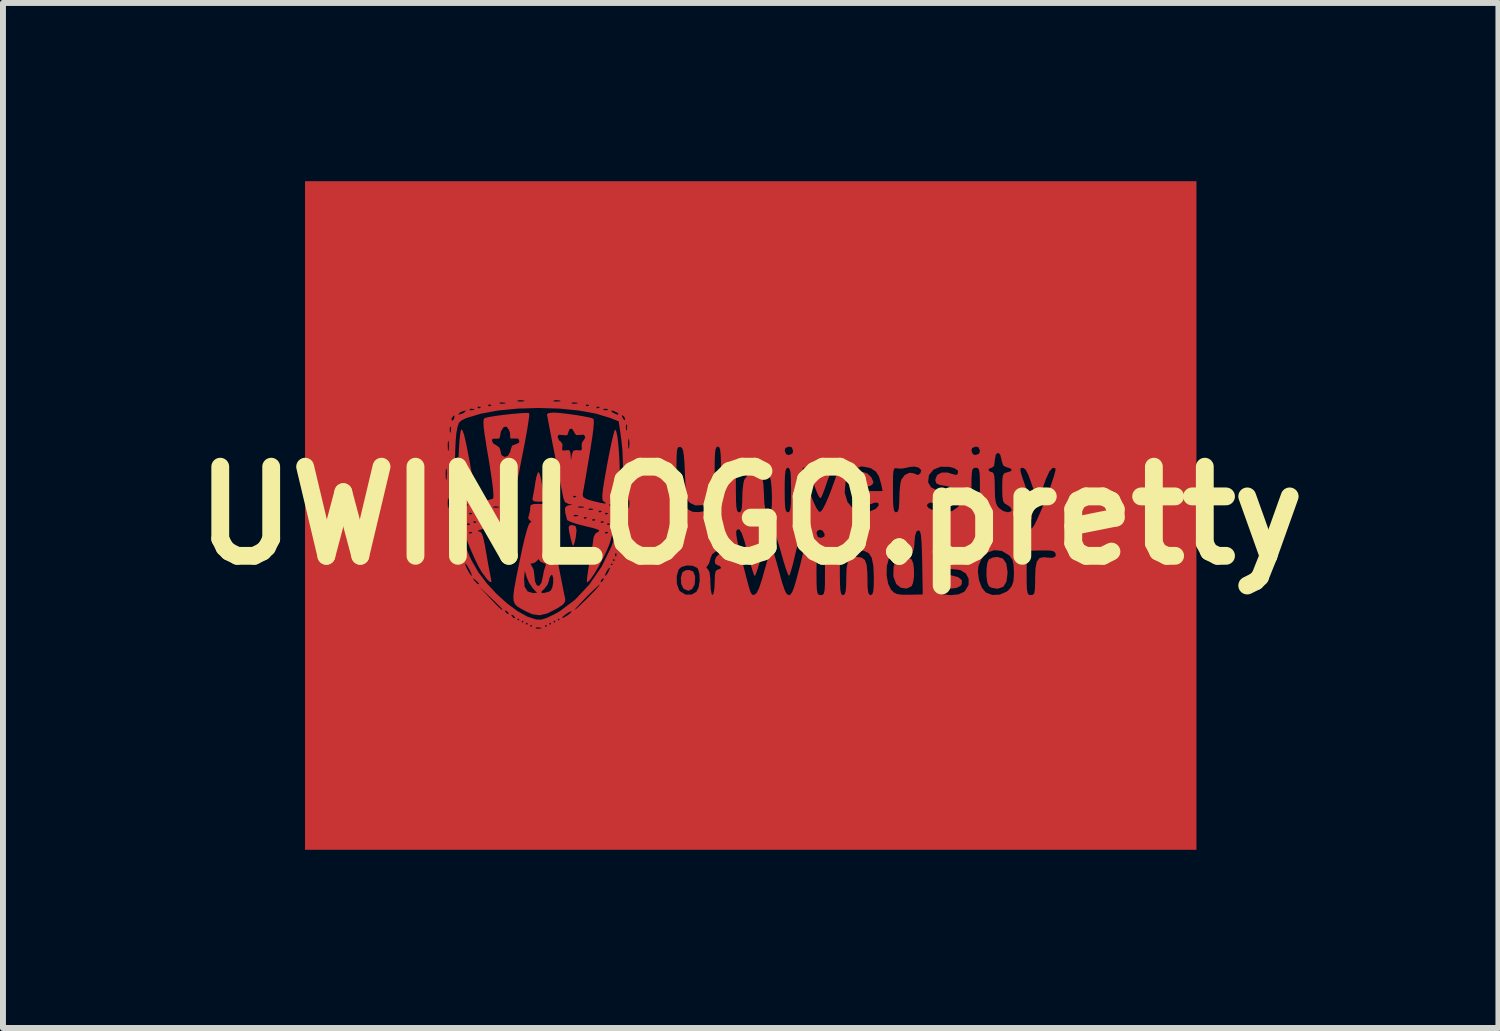
<source format=kicad_pcb>
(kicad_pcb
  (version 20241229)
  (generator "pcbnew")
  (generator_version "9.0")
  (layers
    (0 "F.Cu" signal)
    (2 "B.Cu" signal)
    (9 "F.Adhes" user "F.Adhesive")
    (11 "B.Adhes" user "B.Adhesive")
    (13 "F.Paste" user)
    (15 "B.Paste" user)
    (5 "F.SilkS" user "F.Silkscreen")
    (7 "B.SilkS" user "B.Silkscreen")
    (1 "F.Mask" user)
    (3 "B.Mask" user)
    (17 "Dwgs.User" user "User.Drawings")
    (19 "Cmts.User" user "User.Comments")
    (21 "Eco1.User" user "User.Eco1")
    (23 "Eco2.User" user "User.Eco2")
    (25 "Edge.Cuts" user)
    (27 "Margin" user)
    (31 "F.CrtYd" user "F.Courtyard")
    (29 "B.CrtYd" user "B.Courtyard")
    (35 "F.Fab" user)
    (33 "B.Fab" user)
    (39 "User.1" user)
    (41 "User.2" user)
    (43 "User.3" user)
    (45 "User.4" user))
  (footprint "UWINLOGO.pretty"
    (layer "F.Cu")
    (at 9.586 5.627)
    (property "Reference" "UWINLOGO.pretty" (at 0 0 0) (layer "F.SilkS") (effects (font (size 1.5 1.5) (thickness 0.3))))
    (attr board_only exclude_from_pos_files exclude_from_bom)
    (fp_poly (pts (xy -2.949 0.177) (xy -2.933 0.238) (xy -2.933 0.259) (xy -2.946 0.371) (xy -2.962 0.447) (xy -2.983 0.506) (xy -2.998 0.5) (xy -3.01 0.464) (xy -3.032 0.378) (xy -3.055 0.277) (xy -3.065 0.197) (xy -3.045 0.166) (xy -3.004 0.161)) (stroke (width 0) (type solid)) (fill yes) (layer "F.Cu"))
    (fp_poly (pts (xy -0.969 0.942) (xy -0.941 1.008) (xy -0.935 1.047) (xy -0.944 1.162) (xy -0.986 1.238) (xy -1.05 1.267) (xy -1.125 1.236) (xy -1.136 1.225) (xy -1.17 1.151) (xy -1.176 1.048) (xy -1.151 0.958) (xy -1.148 0.953) (xy -1.092 0.92) (xy -1.032 0.917)) (stroke (width 0) (type solid)) (fill yes) (layer "F.Cu"))
    (fp_poly (pts (xy 1.965 -0.706) (xy 2.03 -0.644) (xy 2.063 -0.571) (xy 2.06 -0.537) (xy 2.014 -0.498) (xy 1.91 -0.483) (xy 1.877 -0.482) (xy 1.775 -0.487) (xy 1.727 -0.507) (xy 1.715 -0.548) (xy 1.715 -0.551) (xy 1.745 -0.641) (xy 1.817 -0.711) (xy 1.89 -0.732)) (stroke (width 0) (type solid)) (fill yes) (layer "F.Cu"))
    (fp_poly (pts (xy 2.654 0.711) (xy 2.708 0.739) (xy 2.735 0.804) (xy 2.748 0.91) (xy 2.748 1.029) (xy 2.733 1.132) (xy 2.708 1.19) (xy 2.624 1.23) (xy 2.527 1.216) (xy 2.449 1.153) (xy 2.4 1.024) (xy 2.405 0.869) (xy 2.428 0.788) (xy 2.478 0.717) (xy 2.564 0.697)) (stroke (width 0) (type solid)) (fill yes) (layer "F.Cu"))
    (fp_poly (pts (xy -4.097 0.167) (xy -4.079 0.199) (xy -4.085 0.275) (xy -4.091 0.313) (xy -4.112 0.408) (xy -4.139 0.481) (xy -4.163 0.517) (xy -4.178 0.504) (xy -4.18 0.48) (xy -4.186 0.412) (xy -4.2 0.312) (xy -4.203 0.295) (xy -4.213 0.207) (xy -4.198 0.169) (xy -4.15 0.161) (xy -4.146 0.161)) (stroke (width 0) (type solid)) (fill yes) (layer "F.Cu"))
    (fp_poly (pts (xy 4.245 0.724) (xy 4.302 0.808) (xy 4.323 0.952) (xy 4.323 0.965) (xy 4.305 1.113) (xy 4.251 1.201) (xy 4.158 1.232) (xy 4.15 1.232) (xy 4.061 1.218) (xy 4.008 1.19) (xy 3.981 1.125) (xy 3.968 1.02) (xy 3.969 0.901) (xy 3.983 0.797) (xy 4.008 0.739) (xy 4.074 0.707) (xy 4.15 0.697)) (stroke (width 0) (type solid)) (fill yes) (layer "F.Cu"))
    (fp_poly (pts (xy -3.552 -0.7) (xy -3.53 -0.619) (xy -3.52 -0.563) (xy -3.501 -0.443) (xy -3.483 -0.34) (xy -3.477 -0.313) (xy -3.473 -0.257) (xy -3.509 -0.235) (xy -3.572 -0.232) (xy -3.65 -0.239) (xy -3.674 -0.267) (xy -3.668 -0.313) (xy -3.651 -0.397) (xy -3.632 -0.514) (xy -3.625 -0.563) (xy -3.605 -0.661) (xy -3.583 -0.723) (xy -3.572 -0.732)) (stroke (width 0) (type solid)) (fill yes) (layer "F.Cu"))
    (fp_poly (pts (xy -3.477 -0.191) (xy -3.437 -0.169) (xy -3.433 -0.134) (xy -3.425 -0.049) (xy -3.411 -0.002) (xy -3.402 0.063) (xy -3.425 0.082) (xy -3.447 0.105) (xy -3.416 0.138) (xy -3.387 0.19) (xy -3.35 0.308) (xy -3.308 0.483) (xy -3.26 0.71) (xy -3.253 0.75) (xy -3.214 0.949) (xy -3.179 1.127) (xy -3.15 1.271) (xy -3.13 1.368) (xy -3.123 1.397) (xy -3.123 1.45) (xy -3.162 1.5) (xy -3.255 1.562) (xy -3.264 1.567) (xy -3.423 1.648) (xy -3.553 1.679) (xy -3.674 1.662) (xy -3.769 1.621) (xy -3.86 1.573) (xy -3.926 1.533) (xy -3.97 1.489) (xy -3.992 1.43) (xy -3.995 1.346) (xy -3.98 1.226) (xy -3.95 1.065) (xy -3.815 1.065) (xy -3.806 1.198) (xy -3.754 1.279) (xy -3.669 1.304) (xy -3.596 1.304) (xy -3.615 1.282) (xy -3.523 1.282) (xy -3.523 1.301) (xy -3.479 1.304) (xy -3.398 1.283) (xy -3.365 1.261) (xy -3.339 1.209) (xy -3.325 1.132) (xy -3.324 1.057) (xy -3.337 1.006) (xy -3.358 1) (xy -3.388 1.051) (xy -3.394 1.09) (xy -3.419 1.163) (xy -3.472 1.231) (xy -3.523 1.282) (xy -3.615 1.282) (xy -3.669 1.224) (xy -3.734 1.127) (xy -3.772 1.036) (xy -3.802 0.929) (xy -3.815 1.065) (xy -3.95 1.065) (xy -3.949 1.058) (xy -3.903 0.832) (xy -3.9 0.814) (xy -3.709 0.814) (xy -3.687 0.847) (xy -3.654 0.913) (xy -3.644 0.987) (xy -3.631 1.109) (xy -3.6 1.176) (xy -3.56 1.184) (xy -3.522 1.129) (xy -3.5 1.033) (xy -3.481 0.931) (xy -3.458 0.858) (xy -3.453 0.848) (xy -3.452 0.81) (xy -3.478 0.804) (xy -3.538 0.777) (xy -3.552 0.759) (xy -3.575 0.733) (xy -3.593 0.759) (xy -3.643 0.799) (xy -3.672 0.804) (xy -3.709 0.814) (xy -3.9 0.814) (xy -3.897 0.802) (xy -3.849 0.573) (xy -3.805 0.382) (xy -3.766 0.238) (xy -3.735 0.151) (xy -3.72 0.128) (xy -3.691 0.099) (xy -3.718 0.083) (xy -3.746 0.044) (xy -3.734 -0.002) (xy -3.713 -0.09) (xy -3.712 -0.134) (xy -3.704 -0.175) (xy -3.654 -0.193) (xy -3.572 -0.196)) (stroke (width 0) (type solid)) (fill yes) (layer "F.Cu"))
    (fp_poly (pts (xy -3.732 -1.724) (xy -3.729 -1.722) (xy -3.728 -1.682) (xy -3.741 -1.583) (xy -3.764 -1.437) (xy -3.797 -1.254) (xy -3.837 -1.047) (xy -3.837 -1.047) (xy -3.879 -0.835) (xy -3.917 -0.644) (xy -3.948 -0.487) (xy -3.969 -0.375) (xy -3.979 -0.322) (xy -3.992 -0.251) (xy -3.997 -0.226) (xy -4.031 -0.201) (xy -4.082 -0.186) (xy -4.162 -0.17) (xy -4.082 -0.166) (xy -4.03 -0.153) (xy -4.016 -0.111) (xy -4.025 -0.045) (xy -4.044 0.04) (xy -4.061 0.088) (xy -4.062 0.089) (xy -4.102 0.106) (xy -4.193 0.135) (xy -4.32 0.171) (xy -4.37 0.184) (xy -4.491 0.219) (xy -4.571 0.246) (xy -4.597 0.262) (xy -4.588 0.265) (xy -4.553 0.273) (xy -4.526 0.304) (xy -4.503 0.37) (xy -4.478 0.483) (xy -4.451 0.634) (xy -4.424 0.794) (xy -4.398 0.931) (xy -4.379 1.029) (xy -4.371 1.063) (xy -4.365 1.119) (xy -4.391 1.118) (xy -4.444 1.065) (xy -4.519 0.963) (xy -4.534 0.941) (xy -4.584 0.854) (xy -4.642 0.735) (xy -4.702 0.6) (xy -4.758 0.464) (xy -4.804 0.342) (xy -4.824 0.28) (xy -4.739 0.28) (xy -4.735 0.301) (xy -4.716 0.304) (xy -4.686 0.291) (xy -4.692 0.28) (xy -4.734 0.276) (xy -4.739 0.28) (xy -4.824 0.28) (xy -4.833 0.249) (xy -4.84 0.2) (xy -4.836 0.196) (xy -4.838 0.17) (xy -4.853 0.137) (xy -4.775 0.137) (xy -4.77 0.158) (xy -4.751 0.161) (xy -4.722 0.148) (xy -4.728 0.137) (xy -4.77 0.133) (xy -4.775 0.137) (xy -4.853 0.137) (xy -4.857 0.127) (xy -4.864 0.101) (xy -4.668 0.101) (xy -4.663 0.122) (xy -4.644 0.125) (xy -4.615 0.112) (xy -4.62 0.101) (xy -4.663 0.097) (xy -4.668 0.101) (xy -4.864 0.101) (xy -4.874 0.065) (xy -4.525 0.065) (xy -4.52 0.087) (xy -4.501 0.089) (xy -4.472 0.076) (xy -4.477 0.065) (xy -4.52 0.061) (xy -4.525 0.065) (xy -4.874 0.065) (xy -4.874 0.064) (xy -4.841 0.03) (xy -4.382 0.03) (xy -4.377 0.051) (xy -4.358 0.054) (xy -4.329 0.041) (xy -4.335 0.03) (xy -4.377 0.025) (xy -4.382 0.03) (xy -4.841 0.03) (xy -4.832 0.021) (xy -4.792 -0.006) (xy -4.204 -0.006) (xy -4.199 0.015) (xy -4.18 0.018) (xy -4.15 0.005) (xy -4.156 -0.006) (xy -4.198 -0.01) (xy -4.204 -0.006) (xy -4.792 -0.006) (xy -4.789 -0.008) (xy -4.811 -0.016) (xy -4.836 -0.017) (xy -4.885 -0.036) (xy -4.885 -0.042) (xy -4.739 -0.042) (xy -4.735 -0.02) (xy -4.716 -0.018) (xy -4.686 -0.031) (xy -4.692 -0.042) (xy -4.734 -0.046) (xy -4.739 -0.042) (xy -4.885 -0.042) (xy -4.884 -0.062) (xy -4.629 -0.062) (xy -4.594 -0.056) (xy -4.547 -0.063) (xy -4.547 -0.075) (xy -4.594 -0.084) (xy -4.615 -0.078) (xy -4.629 -0.062) (xy -4.884 -0.062) (xy -4.884 -0.089) (xy -4.884 -0.098) (xy -4.486 -0.098) (xy -4.451 -0.092) (xy -4.404 -0.099) (xy -4.404 -0.111) (xy -4.452 -0.119) (xy -4.472 -0.114) (xy -4.486 -0.098) (xy -4.884 -0.098) (xy -4.884 -0.136) (xy -4.336 -0.136) (xy -4.287 -0.131) (xy -4.236 -0.136) (xy -4.242 -0.149) (xy -4.315 -0.153) (xy -4.332 -0.149) (xy -4.336 -0.136) (xy -4.884 -0.136) (xy -4.884 -0.146) (xy -4.902 -0.161) (xy -4.911 -0.185) (xy -4.811 -0.185) (xy -4.806 -0.163) (xy -4.787 -0.161) (xy -4.758 -0.174) (xy -4.763 -0.185) (xy -4.806 -0.189) (xy -4.811 -0.185) (xy -4.911 -0.185) (xy -4.914 -0.194) (xy -4.922 -0.285) (xy -4.926 -0.42) (xy -4.927 -0.585) (xy -4.924 -0.767) (xy -4.919 -0.951) (xy -4.911 -1.125) (xy -4.901 -1.274) (xy -4.888 -1.385) (xy -4.875 -1.444) (xy -4.872 -1.448) (xy -4.851 -1.433) (xy -4.823 -1.352) (xy -4.788 -1.202) (xy -4.746 -0.984) (xy -4.737 -0.939) (xy -4.702 -0.744) (xy -4.67 -0.569) (xy -4.643 -0.428) (xy -4.625 -0.336) (xy -4.62 -0.313) (xy -4.619 -0.25) (xy -4.664 -0.232) (xy -4.664 -0.232) (xy -4.708 -0.223) (xy -4.707 -0.212) (xy -4.664 -0.209) (xy -4.574 -0.223) (xy -4.459 -0.249) (xy -4.34 -0.283) (xy -4.338 -0.284) (xy -4.329 -0.324) (xy -4.33 -0.327) (xy -4.204 -0.327) (xy -4.199 -0.306) (xy -4.18 -0.304) (xy -4.15 -0.317) (xy -4.156 -0.327) (xy -4.198 -0.332) (xy -4.204 -0.327) (xy -4.33 -0.327) (xy -4.336 -0.432) (xy -4.358 -0.608) (xy -4.395 -0.849) (xy -4.413 -0.959) (xy -4.453 -1.195) (xy -4.462 -1.259) (xy -4.358 -1.259) (xy -4.328 -1.207) (xy -4.287 -1.186) (xy -4.228 -1.142) (xy -4.215 -1.099) (xy -4.194 -1.017) (xy -4.144 -0.985) (xy -4.088 -1.003) (xy -4.048 -1.071) (xy -4.043 -1.099) (xy -4.017 -1.176) (xy -3.963 -1.197) (xy -3.905 -1.222) (xy -3.894 -1.255) (xy -3.915 -1.296) (xy -3.98 -1.296) (xy -4.043 -1.295) (xy -4.049 -1.325) (xy -4.051 -1.389) (xy -4.072 -1.446) (xy -4.112 -1.498) (xy -4.155 -1.488) (xy -4.164 -1.48) (xy -4.206 -1.413) (xy -4.215 -1.356) (xy -4.229 -1.297) (xy -4.279 -1.292) (xy -4.287 -1.294) (xy -4.346 -1.291) (xy -4.358 -1.259) (xy -4.462 -1.259) (xy -4.48 -1.37) (xy -4.495 -1.493) (xy -4.499 -1.573) (xy -4.494 -1.619) (xy -4.479 -1.639) (xy -4.475 -1.642) (xy -4.408 -1.658) (xy -4.298 -1.676) (xy -4.162 -1.694) (xy -4.018 -1.71) (xy -3.887 -1.721) (xy -3.785 -1.727)) (stroke (width 0) (type solid)) (fill yes) (layer "F.Cu"))
    (fp_poly (pts (xy -3.228 -1.727) (xy -3.097 -1.713) (xy -2.954 -1.693) (xy -2.818 -1.67) (xy -2.71 -1.649) (xy -2.652 -1.631) (xy -2.651 -1.63) (xy -2.642 -1.607) (xy -2.641 -1.551) (xy -2.649 -1.456) (xy -2.667 -1.317) (xy -2.696 -1.128) (xy -2.737 -0.884) (xy -2.789 -0.578) (xy -2.829 -0.353) (xy -2.818 -0.31) (xy -2.757 -0.274) (xy -2.661 -0.245) (xy -2.521 -0.211) (xy -2.447 -0.2) (xy -2.44 -0.213) (xy -2.468 -0.232) (xy -2.488 -0.25) (xy -2.498 -0.284) (xy -2.498 -0.343) (xy -2.488 -0.439) (xy -2.466 -0.58) (xy -2.431 -0.778) (xy -2.417 -0.856) (xy -2.38 -1.051) (xy -2.345 -1.219) (xy -2.315 -1.348) (xy -2.293 -1.427) (xy -2.283 -1.447) (xy -2.262 -1.413) (xy -2.243 -1.322) (xy -2.228 -1.187) (xy -2.215 -1.023) (xy -2.207 -0.841) (xy -2.203 -0.658) (xy -2.203 -0.485) (xy -2.209 -0.338) (xy -2.22 -0.229) (xy -2.237 -0.173) (xy -2.243 -0.169) (xy -2.264 -0.13) (xy -2.261 -0.088) (xy -2.264 -0.029) (xy -2.291 -0.017) (xy -2.322 -0.011) (xy -2.292 0.014) (xy -2.262 0.056) (xy -2.281 0.116) (xy -2.304 0.18) (xy -2.299 0.207) (xy -2.297 0.25) (xy -2.309 0.274) (xy -2.341 0.353) (xy -2.347 0.379) (xy -2.373 0.469) (xy -2.423 0.59) (xy -2.489 0.727) (xy -2.563 0.864) (xy -2.636 0.986) (xy -2.7 1.078) (xy -2.747 1.123) (xy -2.755 1.125) (xy -2.758 1.093) (xy -2.749 1.005) (xy -2.73 0.877) (xy -2.712 0.777) (xy -2.684 0.621) (xy -2.661 0.487) (xy -2.648 0.394) (xy -2.645 0.365) (xy -2.614 0.303) (xy -2.578 0.28) (xy -2.453 0.28) (xy -2.448 0.301) (xy -2.429 0.304) (xy -2.4 0.291) (xy -2.405 0.28) (xy -2.448 0.276) (xy -2.453 0.28) (xy -2.578 0.28) (xy -2.568 0.274) (xy -2.546 0.256) (xy -2.575 0.236) (xy -2.66 0.209) (xy -2.786 0.179) (xy -2.922 0.144) (xy -2.943 0.137) (xy -2.417 0.137) (xy -2.412 0.158) (xy -2.394 0.161) (xy -2.364 0.148) (xy -2.37 0.137) (xy -2.412 0.133) (xy -2.417 0.137) (xy -2.943 0.137) (xy -3.027 0.109) (xy -3.043 0.101) (xy -2.525 0.101) (xy -2.52 0.122) (xy -2.501 0.125) (xy -2.471 0.112) (xy -2.477 0.101) (xy -2.519 0.097) (xy -2.525 0.101) (xy -3.043 0.101) (xy -3.085 0.081) (xy -3.091 0.074) (xy -3.093 0.065) (xy -2.667 0.065) (xy -2.663 0.087) (xy -2.644 0.089) (xy -2.614 0.076) (xy -2.62 0.065) (xy -2.662 0.061) (xy -2.667 0.065) (xy -3.093 0.065) (xy -3.102 0.03) (xy -2.81 0.03) (xy -2.805 0.051) (xy -2.786 0.054) (xy -2.757 0.041) (xy -2.763 0.03) (xy -2.805 0.025) (xy -2.81 0.03) (xy -3.102 0.03) (xy -3.107 0.009) (xy -2.985 0.009) (xy -2.95 0.015) (xy -2.904 0.008) (xy -2.903 -0.004) (xy -2.951 -0.012) (xy -2.972 -0.007) (xy -2.985 0.009) (xy -3.107 0.009) (xy -3.121 -0.042) (xy -2.453 -0.042) (xy -2.448 -0.02) (xy -2.429 -0.018) (xy -2.4 -0.031) (xy -2.405 -0.042) (xy -2.448 -0.046) (xy -2.453 -0.042) (xy -3.121 -0.042) (xy -3.123 -0.05) (xy -3.124 -0.077) (xy -2.56 -0.077) (xy -2.555 -0.056) (xy -2.536 -0.054) (xy -2.507 -0.067) (xy -2.513 -0.077) (xy -2.555 -0.082) (xy -2.56 -0.077) (xy -3.124 -0.077) (xy -3.125 -0.098) (xy -2.735 -0.098) (xy -2.7 -0.092) (xy -2.654 -0.099) (xy -2.653 -0.111) (xy -2.701 -0.119) (xy -2.722 -0.114) (xy -2.735 -0.098) (xy -3.125 -0.098) (xy -3.127 -0.123) (xy -3.117 -0.136) (xy -2.907 -0.136) (xy -2.858 -0.131) (xy -2.807 -0.136) (xy -2.813 -0.149) (xy -2.886 -0.153) (xy -2.903 -0.149) (xy -2.907 -0.136) (xy -3.117 -0.136) (xy -3.101 -0.159) (xy -3.063 -0.171) (xy -3.008 -0.183) (xy -3.011 -0.185) (xy -2.382 -0.185) (xy -2.377 -0.163) (xy -2.358 -0.161) (xy -2.328 -0.174) (xy -2.334 -0.185) (xy -2.376 -0.189) (xy -2.382 -0.185) (xy -3.011 -0.185) (xy -3.021 -0.189) (xy -3.059 -0.192) (xy -3.126 -0.223) (xy -3.154 -0.295) (xy -3.16 -0.327) (xy -2.989 -0.327) (xy -2.984 -0.306) (xy -2.965 -0.304) (xy -2.936 -0.317) (xy -2.941 -0.327) (xy -2.984 -0.332) (xy -2.989 -0.327) (xy -3.16 -0.327) (xy -3.167 -0.361) (xy -3.191 -0.483) (xy -3.224 -0.65) (xy -3.263 -0.846) (xy -3.301 -1.036) (xy -3.342 -1.242) (xy -3.357 -1.321) (xy -3.251 -1.321) (xy -3.223 -1.261) (xy -3.201 -1.247) (xy -3.168 -1.2) (xy -3.171 -1.153) (xy -3.175 -1.099) (xy -3.134 -1.094) (xy -3.114 -1.098) (xy -3.056 -1.101) (xy -3.034 -1.056) (xy -3.031 -1.024) (xy -3.026 -0.929) (xy -3.011 -1.022) (xy -2.989 -1.089) (xy -2.936 -1.102) (xy -2.912 -1.098) (xy -2.851 -1.096) (xy -2.841 -1.132) (xy -2.846 -1.153) (xy -2.844 -1.221) (xy -2.825 -1.248) (xy -2.79 -1.302) (xy -2.786 -1.325) (xy -2.809 -1.36) (xy -2.871 -1.356) (xy -2.94 -1.354) (xy -2.974 -1.404) (xy -2.976 -1.412) (xy -3.009 -1.462) (xy -3.049 -1.455) (xy -3.072 -1.398) (xy -3.072 -1.387) (xy -3.091 -1.35) (xy -3.156 -1.353) (xy -3.162 -1.354) (xy -3.23 -1.36) (xy -3.251 -1.325) (xy -3.251 -1.321) (xy -3.357 -1.321) (xy -3.377 -1.423) (xy -3.405 -1.569) (xy -3.423 -1.667) (xy -3.43 -1.706) (xy -3.398 -1.725) (xy -3.324 -1.733) (xy -3.324 -1.733)) (stroke (width 0) (type solid)) (fill yes) (layer "F.Cu"))
    (fp_poly (pts (xy 7.502 0) (xy 7.502 5.627) (xy -0.000001 5.627) (xy -7.502 5.627) (xy -7.502 1.901) (xy -3.622 1.901) (xy -3.572 1.906) (xy -3.522 1.9) (xy -3.528 1.888) (xy -3.601 1.883) (xy -3.617 1.888) (xy -3.622 1.901) (xy -7.502 1.901) (xy -7.502 1.858) (xy -3.715 1.858) (xy -3.697 1.876) (xy -3.68 1.858) (xy -3.465 1.858) (xy -3.447 1.876) (xy -3.43 1.858) (xy -3.447 1.84) (xy -3.465 1.858) (xy -3.68 1.858) (xy -3.697 1.84) (xy -3.715 1.858) (xy -7.502 1.858) (xy -7.502 1.822) (xy -3.787 1.822) (xy -3.769 1.84) (xy -3.751 1.822) (xy -3.394 1.822) (xy -3.376 1.84) (xy -3.358 1.822) (xy -3.376 1.804) (xy -3.394 1.822) (xy -3.751 1.822) (xy -3.769 1.804) (xy -3.787 1.822) (xy -7.502 1.822) (xy -7.502 1.786) (xy -3.858 1.786) (xy -3.84 1.804) (xy -3.823 1.786) (xy -3.322 1.786) (xy -3.305 1.804) (xy -3.287 1.786) (xy -3.305 1.768) (xy -3.322 1.786) (xy -3.823 1.786) (xy -3.84 1.768) (xy -3.858 1.786) (xy -7.502 1.786) (xy -7.502 1.75) (xy -3.93 1.75) (xy -3.912 1.768) (xy -3.894 1.75) (xy -3.912 1.733) (xy -3.93 1.75) (xy -7.502 1.75) (xy -7.502 1.671) (xy -4.031 1.671) (xy -4.022 1.691) (xy -3.986 1.73) (xy -3.966 1.722) (xy -3.965 1.717) (xy -3.991 1.687) (xy -4.007 1.676) (xy -4.031 1.671) (xy -7.502 1.671) (xy -7.502 1.6) (xy -4.138 1.6) (xy -4.13 1.62) (xy -4.094 1.658) (xy -4.073 1.65) (xy -4.073 1.645) (xy -4.098 1.615) (xy -4.114 1.604) (xy -4.138 1.6) (xy -7.502 1.6) (xy -7.502 1.179) (xy -4.591 1.179) (xy -4.395 1.384) (xy -4.291 1.493) (xy -4.226 1.558) (xy -4.192 1.585) (xy -4.18 1.584) (xy -4.18 1.58) (xy -4.204 1.552) (xy -4.267 1.488) (xy -4.358 1.4) (xy -4.385 1.374) (xy -4.591 1.179) (xy -7.502 1.179) (xy -7.502 1.054) (xy -4.678 1.054) (xy -4.669 1.073) (xy -4.649 1.099) (xy -4.597 1.154) (xy -4.573 1.154) (xy -4.573 1.148) (xy -4.597 1.118) (xy -4.635 1.085) (xy -4.678 1.054) (xy -7.502 1.054) (xy -7.502 0.804) (xy -4.807 0.804) (xy -4.804 0.831) (xy -4.775 0.899) (xy -4.769 0.911) (xy -4.727 0.983) (xy -4.698 1.018) (xy -4.696 1.018) (xy -4.698 0.991) (xy -4.727 0.923) (xy -4.733 0.911) (xy -4.776 0.839) (xy -4.805 0.804) (xy -4.807 0.804) (xy -7.502 0.804) (xy -7.502 0.732) (xy -4.859 0.732) (xy -4.845 0.762) (xy -4.835 0.756) (xy -4.83 0.714) (xy -4.835 0.709) (xy -4.856 0.713) (xy -4.859 0.732) (xy -7.502 0.732) (xy -7.502 0.643) (xy -4.894 0.643) (xy -4.876 0.661) (xy -4.859 0.643) (xy -4.876 0.625) (xy -4.894 0.643) (xy -7.502 0.643) (xy -7.502 0.572) (xy -4.93 0.572) (xy -4.912 0.589) (xy -4.894 0.572) (xy -4.912 0.554) (xy -4.93 0.572) (xy -7.502 0.572) (xy -7.502 0.464) (xy -4.966 0.464) (xy -4.948 0.482) (xy -4.93 0.464) (xy -4.948 0.447) (xy -4.966 0.464) (xy -7.502 0.464) (xy -7.502 0.339) (xy -5.001 0.339) (xy -4.988 0.369) (xy -4.978 0.363) (xy -4.973 0.321) (xy -4.978 0.316) (xy -4.999 0.32) (xy -5.001 0.339) (xy -7.502 0.339) (xy -7.502 0.211) (xy -5.034 0.211) (xy -5.028 0.258) (xy -5.016 0.258) (xy -5.007 0.21) (xy -5.013 0.19) (xy -5.029 0.176) (xy -5.034 0.211) (xy -7.502 0.211) (xy -7.502 0.054) (xy -5.067 0.054) (xy -5.062 0.104) (xy -5.049 0.098) (xy -5.044 0.025) (xy -5.049 0.009) (xy -5.062 0.004) (xy -5.067 0.054) (xy -7.502 0.054) (xy -7.502 0) (xy -7.502 -0.214) (xy -5.1 -0.214) (xy -5.097 -0.141) (xy -5.089 -0.122) (xy -5.084 -0.134) (xy -5.077 -0.219) (xy -5.083 -0.276) (xy -5.093 -0.296) (xy -5.099 -0.253) (xy -5.1 -0.214) (xy -7.502 -0.214) (xy -7.502 -0.697) (xy -5.135 -0.697) (xy -5.132 -0.619) (xy -5.125 -0.598) (xy -5.119 -0.616) (xy -5.114 -0.706) (xy -4.98 -0.706) (xy -4.98 -0.625) (xy -4.97 -0.297) (xy -4.944 -0.021) (xy -4.898 0.223) (xy -4.827 0.455) (xy -4.729 0.692) (xy -4.692 0.768) (xy -4.582 0.958) (xy -4.439 1.145) (xy -4.275 1.322) (xy -4.1 1.48) (xy -3.924 1.61) (xy -3.757 1.703) (xy -3.61 1.751) (xy -3.519 1.752) (xy -3.516 1.75) (xy -3.251 1.75) (xy -3.233 1.768) (xy -3.215 1.75) (xy -3.233 1.733) (xy -3.251 1.75) (xy -3.516 1.75) (xy -3.43 1.722) (xy -3.427 1.72) (xy -3.179 1.72) (xy -3.156 1.721) (xy -3.103 1.693) (xy -3.047 1.653) (xy -3.016 1.622) (xy -3.024 1.611) (xy -3.076 1.637) (xy -3.086 1.644) (xy -3.151 1.691) (xy -3.179 1.72) (xy -3.179 1.72) (xy -3.427 1.72) (xy -3.312 1.666) (xy -3.221 1.616) (xy -3.186 1.59) (xy -2.963 1.59) (xy -2.931 1.566) (xy -2.863 1.503) (xy -2.77 1.412) (xy -2.733 1.375) (xy -2.639 1.279) (xy -2.571 1.205) (xy -2.539 1.165) (xy -2.539 1.161) (xy -2.57 1.185) (xy -2.639 1.248) (xy -2.732 1.338) (xy -2.769 1.375) (xy -2.862 1.472) (xy -2.931 1.546) (xy -2.963 1.586) (xy -2.963 1.59) (xy -3.186 1.59) (xy -2.956 1.417) (xy -2.716 1.161) (xy -2.69 1.123) (xy -2.528 1.123) (xy -2.523 1.125) (xy -2.49 1.1) (xy -2.483 1.09) (xy -2.474 1.056) (xy -2.479 1.054) (xy -2.511 1.079) (xy -2.519 1.09) (xy -2.528 1.123) (xy -2.69 1.123) (xy -2.621 1.022) (xy -1.246 1.022) (xy -1.243 1.149) (xy -1.206 1.254) (xy -1.191 1.274) (xy -1.098 1.331) (xy -0.992 1.33) (xy -0.914 1.284) (xy -0.877 1.209) (xy -0.859 1.099) (xy -0.863 0.986) (xy -0.888 0.899) (xy -0.9 0.882) (xy -0.907 0.879) (xy -0.75 0.879) (xy -0.723 0.901) (xy -0.695 0.948) (xy -0.68 1.059) (xy -0.679 1.128) (xy -0.673 1.241) (xy -0.659 1.318) (xy -0.643 1.34) (xy -0.624 1.307) (xy -0.611 1.222) (xy -0.607 1.125) (xy -0.603 1.001) (xy -0.589 0.934) (xy -0.56 0.911) (xy -0.554 0.911) (xy -0.506 0.892) (xy -0.5 0.875) (xy -0.529 0.844) (xy -0.554 0.84) (xy -0.597 0.813) (xy -0.605 0.755) (xy -0.579 0.693) (xy -0.549 0.668) (xy -0.514 0.633) (xy -0.533 0.609) (xy -0.592 0.607) (xy -0.649 0.652) (xy -0.678 0.721) (xy -0.679 0.73) (xy -0.702 0.807) (xy -0.723 0.837) (xy -0.75 0.879) (xy -0.907 0.879) (xy -0.978 0.845) (xy -1.078 0.841) (xy -1.169 0.868) (xy -1.213 0.909) (xy -1.246 1.022) (xy -2.621 1.022) (xy -2.607 1.002) (xy -2.452 1.002) (xy -2.45 1.018) (xy -2.421 0.991) (xy -2.394 0.947) (xy -2.371 0.891) (xy -2.373 0.875) (xy -2.402 0.903) (xy -2.429 0.947) (xy -2.452 1.002) (xy -2.607 1.002) (xy -2.509 0.858) (xy -2.491 0.822) (xy -2.358 0.822) (xy -2.34 0.84) (xy -2.322 0.822) (xy -2.34 0.804) (xy -2.358 0.822) (xy -2.491 0.822) (xy -2.456 0.75) (xy -2.322 0.75) (xy -2.304 0.768) (xy -2.286 0.75) (xy -2.304 0.732) (xy -2.322 0.75) (xy -2.456 0.75) (xy -2.413 0.661) (xy -2.286 0.661) (xy -2.273 0.69) (xy -2.263 0.685) (xy -2.258 0.642) (xy -2.263 0.637) (xy -2.284 0.642) (xy -2.286 0.661) (xy -2.413 0.661) (xy -2.369 0.572) (xy -2.251 0.572) (xy -2.233 0.589) (xy -2.215 0.572) (xy -2.233 0.554) (xy -2.251 0.572) (xy -2.369 0.572) (xy -2.344 0.521) (xy -2.331 0.482) (xy -2.215 0.482) (xy -2.202 0.512) (xy -2.191 0.506) (xy -2.187 0.464) (xy -2.191 0.458) (xy -2.212 0.463) (xy -2.215 0.482) (xy -2.331 0.482) (xy -2.288 0.354) (xy -2.176 0.354) (xy -2.17 0.401) (xy -2.158 0.401) (xy -2.149 0.353) (xy -2.155 0.333) (xy -2.171 0.319) (xy -2.176 0.354) (xy -2.288 0.354) (xy -2.26 0.268) (xy -0.244 0.268) (xy -0.243 0.328) (xy -0.225 0.431) (xy -0.189 0.585) (xy -0.159 0.708) (xy -0.102 0.932) (xy -0.06 1.096) (xy -0.029 1.209) (xy -0.006 1.281) (xy 0.013 1.319) (xy 0.03 1.335) (xy 0.05 1.335) (xy 0.064 1.333) (xy 0.099 1.304) (xy 0.139 1.225) (xy 0.185 1.089) (xy 0.228 0.937) (xy 0.272 0.784) (xy 0.311 0.659) (xy 0.34 0.578) (xy 0.355 0.554) (xy 0.372 0.586) (xy 0.402 0.674) (xy 0.44 0.804) (xy 0.479 0.947) (xy 0.527 1.124) (xy 0.566 1.241) (xy 0.598 1.309) (xy 0.63 1.337) (xy 0.644 1.34) (xy 0.671 1.328) (xy 0.699 1.286) (xy 0.731 1.204) (xy 0.769 1.075) (xy 0.798 0.965) (xy 1.107 0.965) (xy 1.108 1.132) (xy 1.113 1.24) (xy 1.123 1.303) (xy 1.141 1.332) (xy 1.17 1.339) (xy 1.179 1.34) (xy 1.211 1.335) (xy 1.231 1.312) (xy 1.243 1.259) (xy 1.249 1.163) (xy 1.25 1.012) (xy 1.25 0.965) (xy 1.249 0.797) (xy 1.245 0.689) (xy 1.235 0.626) (xy 1.217 0.598) (xy 1.198 0.592) (xy 1.5 0.592) (xy 1.5 0.966) (xy 1.502 1.137) (xy 1.508 1.248) (xy 1.52 1.311) (xy 1.54 1.337) (xy 1.554 1.34) (xy 1.582 1.326) (xy 1.598 1.276) (xy 1.606 1.178) (xy 1.608 1.061) (xy 1.613 0.893) (xy 1.633 0.785) (xy 1.673 0.724) (xy 1.739 0.699) (xy 1.786 0.697) (xy 1.868 0.708) (xy 1.921 0.748) (xy 1.951 0.83) (xy 1.963 0.965) (xy 1.965 1.061) (xy 1.967 1.206) (xy 1.977 1.292) (xy 1.996 1.332) (xy 2.018 1.34) (xy 2.045 1.327) (xy 2.062 1.279) (xy 2.07 1.185) (xy 2.072 1.04) (xy 2.071 1.005) (xy 2.287 1.005) (xy 2.313 1.149) (xy 2.359 1.244) (xy 2.407 1.295) (xy 2.462 1.322) (xy 2.546 1.333) (xy 2.664 1.333) (xy 2.895 1.329) (xy 2.894 1.243) (xy 3.082 1.243) (xy 3.124 1.289) (xy 3.214 1.323) (xy 3.34 1.339) (xy 3.365 1.34) (xy 3.501 1.327) (xy 3.591 1.284) (xy 3.608 1.268) (xy 3.667 1.169) (xy 3.668 1.064) (xy 3.62 0.974) (xy 3.568 0.943) (xy 3.823 0.943) (xy 3.842 1.087) (xy 3.891 1.215) (xy 3.956 1.295) (xy 4.065 1.337) (xy 4.193 1.331) (xy 4.311 1.279) (xy 4.342 1.252) (xy 4.394 1.187) (xy 4.421 1.11) (xy 4.43 0.994) (xy 4.43 0.955) (xy 4.424 0.824) (xy 4.404 0.741) (xy 4.36 0.681) (xy 4.349 0.67) (xy 4.226 0.595) (xy 4.211 0.594) (xy 4.644 0.594) (xy 4.644 0.967) (xy 4.645 1.134) (xy 4.649 1.242) (xy 4.66 1.303) (xy 4.678 1.332) (xy 4.707 1.34) (xy 4.716 1.34) (xy 4.751 1.334) (xy 4.773 1.306) (xy 4.783 1.242) (xy 4.787 1.127) (xy 4.787 1.058) (xy 4.793 0.886) (xy 4.816 0.775) (xy 4.861 0.716) (xy 4.934 0.701) (xy 5 0.709) (xy 5.087 0.711) (xy 5.135 0.682) (xy 5.13 0.635) (xy 5.118 0.62) (xy 5.096 0.602) (xy 5.062 0.592) (xy 5.002 0.588) (xy 4.897 0.588) (xy 4.796 0.59) (xy 4.644 0.594) (xy 4.211 0.594) (xy 4.099 0.583) (xy 3.982 0.625) (xy 3.889 0.716) (xy 3.833 0.848) (xy 3.823 0.943) (xy 3.568 0.943) (xy 3.529 0.919) (xy 3.469 0.91) (xy 3.325 0.896) (xy 3.239 0.854) (xy 3.215 0.801) (xy 3.246 0.726) (xy 3.323 0.683) (xy 3.427 0.681) (xy 3.466 0.691) (xy 3.551 0.709) (xy 3.604 0.683) (xy 3.609 0.678) (xy 3.627 0.637) (xy 3.584 0.614) (xy 3.567 0.61) (xy 3.371 0.584) (xy 3.229 0.605) (xy 3.142 0.672) (xy 3.108 0.785) (xy 3.108 0.802) (xy 3.125 0.894) (xy 3.182 0.955) (xy 3.293 0.992) (xy 3.369 1.005) (xy 3.492 1.037) (xy 3.555 1.089) (xy 3.552 1.155) (xy 3.533 1.183) (xy 3.467 1.218) (xy 3.366 1.231) (xy 3.262 1.223) (xy 3.189 1.192) (xy 3.187 1.19) (xy 3.138 1.166) (xy 3.099 1.192) (xy 3.082 1.243) (xy 2.894 1.243) (xy 2.886 0.79) (xy 2.881 0.578) (xy 2.874 0.429) (xy 2.865 0.331) (xy 2.852 0.276) (xy 2.834 0.253) (xy 2.822 0.25) (xy 2.787 0.272) (xy 2.766 0.346) (xy 2.758 0.434) (xy 2.75 0.541) (xy 2.735 0.592) (xy 2.702 0.603) (xy 2.651 0.592) (xy 2.519 0.584) (xy 2.403 0.63) (xy 2.327 0.718) (xy 2.291 0.852) (xy 2.287 1.005) (xy 2.071 1.005) (xy 2.064 0.846) (xy 2.037 0.713) (xy 1.986 0.633) (xy 1.906 0.595) (xy 1.822 0.589) (xy 1.703 0.592) (xy 1.599 0.593) (xy 1.5 0.592) (xy 1.198 0.592) (xy 1.188 0.59) (xy 1.179 0.589) (xy 1.147 0.594) (xy 1.126 0.617) (xy 1.114 0.67) (xy 1.109 0.766) (xy 1.107 0.918) (xy 1.107 0.965) (xy 0.798 0.965) (xy 0.818 0.888) (xy 0.84 0.802) (xy 0.885 0.616) (xy 0.92 0.456) (xy 0.944 0.332) (xy 0.949 0.301) (xy 1.107 0.301) (xy 1.131 0.362) (xy 1.182 0.375) (xy 1.238 0.356) (xy 1.244 0.313) (xy 1.21 0.255) (xy 1.159 0.238) (xy 1.117 0.263) (xy 1.107 0.301) (xy 0.949 0.301) (xy 0.954 0.259) (xy 0.953 0.244) (xy 0.909 0.23) (xy 0.866 0.277) (xy 0.82 0.389) (xy 0.77 0.567) (xy 0.753 0.639) (xy 0.717 0.792) (xy 0.683 0.916) (xy 0.657 0.996) (xy 0.644 1.018) (xy 0.625 0.986) (xy 0.593 0.899) (xy 0.553 0.771) (xy 0.519 0.652) (xy 0.475 0.498) (xy 0.433 0.368) (xy 0.401 0.28) (xy 0.385 0.25) (xy 0.349 0.237) (xy 0.309 0.278) (xy 0.265 0.379) (xy 0.215 0.543) (xy 0.18 0.674) (xy 0.141 0.819) (xy 0.105 0.934) (xy 0.079 1.004) (xy 0.068 1.018) (xy 0.05 0.986) (xy 0.021 0.897) (xy -0.017 0.767) (xy -0.054 0.625) (xy -0.107 0.426) (xy -0.152 0.297) (xy -0.189 0.237) (xy -0.201 0.232) (xy -0.23 0.239) (xy -0.244 0.268) (xy -2.26 0.268) (xy -2.247 0.231) (xy -2.243 0.211) (xy -2.141 0.211) (xy -2.134 0.258) (xy -2.122 0.258) (xy -2.113 0.21) (xy -2.119 0.19) (xy -2.135 0.176) (xy -2.141 0.211) (xy -2.243 0.211) (xy -2.211 0.054) (xy -2.102 0.054) (xy -2.096 0.104) (xy -2.084 0.098) (xy -2.079 0.025) (xy -2.084 0.009) (xy -2.097 0.004) (xy -2.102 0.054) (xy -2.211 0.054) (xy -2.204 0.017) (xy -2.178 -0.196) (xy -2.064 -0.196) (xy -2.06 -0.131) (xy -2.051 -0.124) (xy -2.047 -0.134) (xy -2.042 -0.225) (xy -2.047 -0.259) (xy -2.058 -0.27) (xy -2.063 -0.221) (xy -2.064 -0.196) (xy -2.178 -0.196) (xy -2.172 -0.245) (xy -2.154 -0.532) (xy -2.151 -0.679) (xy -2.025 -0.679) (xy -2.023 -0.574) (xy -2.019 -0.523) (xy -2.012 -0.532) (xy -2.011 -0.544) (xy -2.005 -0.662) (xy -2.007 -0.731) (xy -1.25 -0.731) (xy -1.25 -0.297) (xy -1.124 -0.171) (xy -1.042 -0.095) (xy -0.974 -0.061) (xy -0.889 -0.058) (xy -0.831 -0.063) (xy -0.694 -0.095) (xy -0.599 -0.159) (xy -0.582 -0.177) (xy -0.547 -0.222) (xy -0.524 -0.272) (xy -0.51 -0.342) (xy -0.503 -0.446) (xy -0.5 -0.599) (xy -0.5 -0.716) (xy -0.501 -0.802) (xy -0.25 -0.802) (xy -0.25 -0.428) (xy -0.248 -0.257) (xy -0.242 -0.145) (xy -0.23 -0.083) (xy -0.21 -0.056) (xy -0.196 -0.054) (xy -0.166 -0.069) (xy -0.15 -0.125) (xy -0.143 -0.234) (xy -0.143 -0.283) (xy -0.138 -0.419) (xy -0.124 -0.538) (xy -0.109 -0.602) (xy -0.044 -0.689) (xy 0.052 -0.721) (xy 0.14 -0.698) (xy 0.176 -0.669) (xy 0.199 -0.618) (xy 0.213 -0.53) (xy 0.221 -0.388) (xy 0.222 -0.366) (xy 0.229 -0.218) (xy 0.241 -0.127) (xy 0.261 -0.079) (xy 0.292 -0.061) (xy 0.295 -0.06) (xy 0.327 -0.062) (xy 0.346 -0.092) (xy 0.355 -0.163) (xy 0.357 -0.29) (xy 0.357 -0.317) (xy 0.353 -0.429) (xy 0.572 -0.429) (xy 0.573 -0.257) (xy 0.579 -0.146) (xy 0.591 -0.083) (xy 0.611 -0.057) (xy 0.625 -0.054) (xy 0.65 -0.065) (xy 0.666 -0.107) (xy 0.675 -0.192) (xy 0.678 -0.33) (xy 0.679 -0.429) (xy 0.677 -0.6) (xy 0.671 -0.711) (xy 0.659 -0.775) (xy 0.643 -0.795) (xy 0.873 -0.795) (xy 0.877 -0.757) (xy 0.902 -0.666) (xy 0.944 -0.537) (xy 0.986 -0.414) (xy 1.053 -0.238) (xy 1.106 -0.125) (xy 1.146 -0.069) (xy 1.17 -0.061) (xy 1.206 -0.098) (xy 1.257 -0.193) (xy 1.317 -0.333) (xy 1.344 -0.402) (xy 1.582 -0.402) (xy 1.584 -0.376) (xy 1.628 -0.229) (xy 1.717 -0.121) (xy 1.836 -0.06) (xy 1.969 -0.055) (xy 2.103 -0.111) (xy 2.155 -0.169) (xy 2.147 -0.211) (xy 2.093 -0.219) (xy 2.042 -0.2) (xy 1.925 -0.166) (xy 1.819 -0.184) (xy 1.743 -0.246) (xy 1.715 -0.342) (xy 1.722 -0.378) (xy 1.754 -0.399) (xy 1.826 -0.408) (xy 1.953 -0.411) (xy 1.968 -0.411) (xy 2.221 -0.411) (xy 2.216 -0.433) (xy 2.394 -0.433) (xy 2.395 -0.26) (xy 2.401 -0.148) (xy 2.413 -0.084) (xy 2.432 -0.057) (xy 2.447 -0.054) (xy 2.477 -0.069) (xy 2.494 -0.125) (xy 2.496 -0.164) (xy 2.965 -0.164) (xy 2.997 -0.123) (xy 3.079 -0.086) (xy 3.189 -0.062) (xy 3.261 -0.056) (xy 3.389 -0.075) (xy 3.485 -0.141) (xy 3.555 -0.23) (xy 3.566 -0.308) (xy 3.52 -0.398) (xy 3.45 -0.453) (xy 3.715 -0.453) (xy 3.717 -0.278) (xy 3.724 -0.163) (xy 3.739 -0.095) (xy 3.764 -0.063) (xy 3.804 -0.054) (xy 3.811 -0.054) (xy 3.833 -0.07) (xy 3.847 -0.128) (xy 3.855 -0.235) (xy 3.858 -0.403) (xy 3.858 -0.429) (xy 3.857 -0.596) (xy 3.853 -0.705) (xy 3.843 -0.767) (xy 3.842 -0.768) (xy 4.001 -0.768) (xy 4.03 -0.736) (xy 4.055 -0.732) (xy 4.083 -0.718) (xy 4.1 -0.668) (xy 4.107 -0.567) (xy 4.108 -0.464) (xy 4.112 -0.317) (xy 4.125 -0.221) (xy 4.152 -0.158) (xy 4.18 -0.125) (xy 4.253 -0.074) (xy 4.328 -0.055) (xy 4.382 -0.069) (xy 4.394 -0.099) (xy 4.365 -0.146) (xy 4.314 -0.179) (xy 4.271 -0.205) (xy 4.247 -0.247) (xy 4.236 -0.324) (xy 4.233 -0.454) (xy 4.233 -0.464) (xy 4.235 -0.596) (xy 4.244 -0.672) (xy 4.264 -0.709) (xy 4.302 -0.724) (xy 4.314 -0.726) (xy 4.377 -0.746) (xy 4.394 -0.768) (xy 4.391 -0.771) (xy 4.538 -0.771) (xy 4.549 -0.713) (xy 4.582 -0.611) (xy 4.634 -0.465) (xy 4.708 -0.236) (xy 4.739 -0.062) (xy 4.728 0.058) (xy 4.674 0.129) (xy 4.643 0.143) (xy 4.589 0.181) (xy 4.574 0.23) (xy 4.601 0.265) (xy 4.622 0.268) (xy 4.685 0.246) (xy 4.743 0.205) (xy 4.777 0.155) (xy 4.825 0.056) (xy 4.884 -0.077) (xy 4.947 -0.231) (xy 5.008 -0.39) (xy 5.063 -0.54) (xy 5.105 -0.668) (xy 5.129 -0.757) (xy 5.13 -0.795) (xy 5.082 -0.803) (xy 5.028 -0.743) (xy 4.969 -0.615) (xy 4.935 -0.519) (xy 4.893 -0.4) (xy 4.854 -0.319) (xy 4.828 -0.289) (xy 4.824 -0.291) (xy 4.799 -0.338) (xy 4.762 -0.434) (xy 4.719 -0.557) (xy 4.717 -0.563) (xy 4.667 -0.699) (xy 4.624 -0.776) (xy 4.582 -0.803) (xy 4.574 -0.804) (xy 4.547 -0.798) (xy 4.538 -0.771) (xy 4.391 -0.771) (xy 4.364 -0.796) (xy 4.314 -0.81) (xy 4.253 -0.838) (xy 4.226 -0.91) (xy 4.222 -0.938) (xy 4.198 -1.029) (xy 4.159 -1.057) (xy 4.124 -1.023) (xy 4.108 -0.929) (xy 4.108 -0.929) (xy 4.097 -0.836) (xy 4.06 -0.804) (xy 4.055 -0.804) (xy 4.007 -0.785) (xy 4.001 -0.768) (xy 3.842 -0.768) (xy 3.825 -0.796) (xy 3.796 -0.804) (xy 3.787 -0.804) (xy 3.754 -0.799) (xy 3.733 -0.775) (xy 3.722 -0.72) (xy 3.716 -0.62) (xy 3.715 -0.462) (xy 3.715 -0.453) (xy 3.45 -0.453) (xy 3.443 -0.458) (xy 3.306 -0.494) (xy 3.288 -0.497) (xy 3.181 -0.515) (xy 3.127 -0.539) (xy 3.109 -0.581) (xy 3.108 -0.608) (xy 3.138 -0.682) (xy 3.214 -0.723) (xy 3.317 -0.723) (xy 3.377 -0.703) (xy 3.454 -0.683) (xy 3.484 -0.698) (xy 3.489 -0.755) (xy 3.424 -0.798) (xy 3.345 -0.818) (xy 3.196 -0.821) (xy 3.077 -0.773) (xy 3.002 -0.682) (xy 2.999 -0.675) (xy 2.985 -0.561) (xy 3.035 -0.475) (xy 3.149 -0.417) (xy 3.245 -0.397) (xy 3.375 -0.366) (xy 3.441 -0.318) (xy 3.439 -0.256) (xy 3.408 -0.215) (xy 3.33 -0.176) (xy 3.225 -0.162) (xy 3.127 -0.175) (xy 3.083 -0.201) (xy 3.027 -0.22) (xy 2.977 -0.196) (xy 2.965 -0.164) (xy 2.496 -0.164) (xy 2.5 -0.234) (xy 2.501 -0.283) (xy 2.506 -0.419) (xy 2.519 -0.538) (xy 2.534 -0.602) (xy 2.591 -0.681) (xy 2.672 -0.72) (xy 2.752 -0.709) (xy 2.766 -0.699) (xy 2.818 -0.682) (xy 2.856 -0.712) (xy 2.87 -0.764) (xy 2.83 -0.805) (xy 2.755 -0.824) (xy 2.661 -0.815) (xy 2.644 -0.809) (xy 2.544 -0.789) (xy 2.467 -0.793) (xy 2.435 -0.798) (xy 2.413 -0.785) (xy 2.401 -0.741) (xy 2.395 -0.656) (xy 2.394 -0.516) (xy 2.394 -0.433) (xy 2.216 -0.433) (xy 2.196 -0.527) (xy 2.158 -0.659) (xy 2.106 -0.74) (xy 2.023 -0.794) (xy 2.004 -0.802) (xy 1.868 -0.827) (xy 1.749 -0.789) (xy 1.655 -0.7) (xy 1.597 -0.568) (xy 1.582 -0.402) (xy 1.344 -0.402) (xy 1.358 -0.438) (xy 1.416 -0.599) (xy 1.45 -0.705) (xy 1.462 -0.767) (xy 1.455 -0.796) (xy 1.431 -0.804) (xy 1.428 -0.804) (xy 1.385 -0.784) (xy 1.342 -0.716) (xy 1.294 -0.59) (xy 1.285 -0.563) (xy 1.242 -0.439) (xy 1.204 -0.342) (xy 1.178 -0.292) (xy 1.178 -0.291) (xy 1.155 -0.307) (xy 1.119 -0.378) (xy 1.076 -0.489) (xy 1.067 -0.519) (xy 1.006 -0.681) (xy 0.949 -0.778) (xy 0.898 -0.809) (xy 0.873 -0.795) (xy 0.643 -0.795) (xy 0.639 -0.801) (xy 0.625 -0.804) (xy 0.601 -0.792) (xy 0.585 -0.75) (xy 0.576 -0.666) (xy 0.572 -0.528) (xy 0.572 -0.429) (xy 0.353 -0.429) (xy 0.352 -0.462) (xy 0.338 -0.588) (xy 0.318 -0.671) (xy 0.317 -0.675) (xy 0.258 -0.749) (xy 0.171 -0.805) (xy 0.083 -0.83) (xy 0.032 -0.82) (xy -0.032 -0.802) (xy -0.127 -0.797) (xy -0.131 -0.797) (xy -0.25 -0.802) (xy -0.501 -0.802) (xy -0.501 -0.905) (xy -0.506 -1.033) (xy -0.513 -1.09) (xy 0.572 -1.09) (xy 0.597 -1.03) (xy 0.643 -1.018) (xy 0.703 -1.043) (xy 0.714 -1.09) (xy 3.715 -1.09) (xy 3.741 -1.03) (xy 3.787 -1.018) (xy 3.846 -1.043) (xy 3.858 -1.09) (xy 3.833 -1.149) (xy 3.787 -1.161) (xy 3.727 -1.136) (xy 3.715 -1.09) (xy 0.714 -1.09) (xy 0.689 -1.149) (xy 0.643 -1.161) (xy 0.583 -1.136) (xy 0.572 -1.09) (xy -0.513 -1.09) (xy -0.515 -1.111) (xy -0.531 -1.15) (xy -0.554 -1.161) (xy -0.554 -1.161) (xy -0.577 -1.15) (xy -0.593 -1.11) (xy -0.602 -1.029) (xy -0.606 -0.897) (xy -0.607 -0.749) (xy -0.608 -0.57) (xy -0.613 -0.448) (xy -0.623 -0.367) (xy -0.643 -0.313) (xy -0.673 -0.271) (xy -0.695 -0.248) (xy -0.809 -0.175) (xy -0.93 -0.169) (xy -1.02 -0.211) (xy -1.05 -0.241) (xy -1.071 -0.289) (xy -1.086 -0.367) (xy -1.097 -0.488) (xy -1.106 -0.666) (xy -1.107 -0.702) (xy -1.116 -0.889) (xy -1.126 -1.015) (xy -1.139 -1.094) (xy -1.156 -1.136) (xy -1.181 -1.153) (xy -1.188 -1.154) (xy -1.214 -1.153) (xy -1.232 -1.131) (xy -1.243 -1.077) (xy -1.248 -0.978) (xy -1.25 -0.825) (xy -1.25 -0.731) (xy -2.007 -0.731) (xy -2.01 -0.789) (xy -2.01 -0.794) (xy -2.017 -0.828) (xy -2.022 -0.797) (xy -2.024 -0.709) (xy -2.025 -0.679) (xy -2.151 -0.679) (xy -2.149 -0.823) (xy -2.159 -1.095) (xy -2.171 -1.215) (xy -2.063 -1.215) (xy -2.06 -1.141) (xy -2.052 -1.122) (xy -2.047 -1.134) (xy -2.041 -1.22) (xy -2.047 -1.277) (xy -2.056 -1.297) (xy -2.062 -1.254) (xy -2.063 -1.215) (xy -2.171 -1.215) (xy -2.178 -1.276) (xy -2.207 -1.483) (xy -2.102 -1.483) (xy -2.096 -1.432) (xy -2.084 -1.438) (xy -2.079 -1.511) (xy -2.084 -1.527) (xy -2.097 -1.532) (xy -2.102 -1.483) (xy -2.207 -1.483) (xy -2.222 -1.585) (xy -2.362 -1.641) (xy -2.534 -1.693) (xy -2.169 -1.693) (xy -2.162 -1.657) (xy -2.159 -1.651) (xy -2.131 -1.607) (xy -2.115 -1.607) (xy -2.119 -1.644) (xy -2.139 -1.671) (xy -2.169 -1.693) (xy -2.534 -1.693) (xy -2.606 -1.715) (xy -2.813 -1.753) (xy -2.346 -1.753) (xy -2.322 -1.733) (xy -2.257 -1.702) (xy -2.233 -1.698) (xy -2.226 -1.713) (xy -2.251 -1.733) (xy -2.316 -1.763) (xy -2.34 -1.767) (xy -2.346 -1.753) (xy -2.813 -1.753) (xy -2.9 -1.768) (xy -2.991 -1.777) (xy -2.485 -1.777) (xy -2.45 -1.771) (xy -2.404 -1.778) (xy -2.403 -1.79) (xy -2.451 -1.798) (xy -2.472 -1.793) (xy -2.485 -1.777) (xy -2.991 -1.777) (xy -3.228 -1.8) (xy -3.574 -1.81) (xy -3.919 -1.8) (xy -4.247 -1.768) (xy -4.542 -1.714) (xy -4.784 -1.641) (xy -4.865 -1.604) (xy -4.911 -1.561) (xy -4.936 -1.49) (xy -4.955 -1.381) (xy -4.965 -1.273) (xy -4.973 -1.111) (xy -4.978 -0.916) (xy -4.98 -0.706) (xy -5.114 -0.706) (xy -5.113 -0.72) (xy -5.119 -0.777) (xy -5.128 -0.794) (xy -5.134 -0.749) (xy -5.135 -0.697) (xy -7.502 -0.697) (xy -7.502 -1.179) (xy -5.1 -1.179) (xy -5.097 -1.105) (xy -5.089 -1.086) (xy -5.084 -1.098) (xy -5.077 -1.184) (xy -5.083 -1.241) (xy -5.093 -1.261) (xy -5.099 -1.218) (xy -5.1 -1.179) (xy -7.502 -1.179) (xy -7.502 -1.447) (xy -5.067 -1.447) (xy -5.062 -1.396) (xy -5.049 -1.402) (xy -5.044 -1.475) (xy -5.049 -1.491) (xy -5.062 -1.496) (xy -5.067 -1.447) (xy -7.502 -1.447) (xy -7.502 -1.623) (xy -5.037 -1.623) (xy -5.026 -1.591) (xy -4.999 -1.619) (xy -4.988 -1.645) (xy -4.985 -1.682) (xy -5.002 -1.679) (xy -5.036 -1.633) (xy -5.037 -1.623) (xy -7.502 -1.623) (xy -7.502 -1.704) (xy -4.923 -1.704) (xy -4.912 -1.698) (xy -4.853 -1.716) (xy -4.823 -1.733) (xy -4.794 -1.761) (xy -4.805 -1.767) (xy -4.864 -1.749) (xy -4.894 -1.733) (xy -4.923 -1.704) (xy -7.502 -1.704) (xy -7.502 -1.777) (xy -4.736 -1.777) (xy -4.701 -1.771) (xy -4.654 -1.778) (xy -4.654 -1.79) (xy -4.702 -1.798) (xy -4.722 -1.793) (xy -4.736 -1.777) (xy -7.502 -1.777) (xy -7.502 -1.828) (xy -4.597 -1.828) (xy -4.592 -1.807) (xy -4.573 -1.804) (xy -4.543 -1.817) (xy -4.549 -1.828) (xy -2.596 -1.828) (xy -2.591 -1.807) (xy -2.572 -1.804) (xy -2.543 -1.817) (xy -2.548 -1.828) (xy -2.591 -1.832) (xy -2.596 -1.828) (xy -4.549 -1.828) (xy -4.591 -1.832) (xy -4.597 -1.828) (xy -7.502 -1.828) (xy -7.502 -1.864) (xy -4.418 -1.864) (xy -4.413 -1.842) (xy -4.394 -1.84) (xy -4.365 -1.853) (xy -4.37 -1.864) (xy -2.775 -1.864) (xy -2.77 -1.842) (xy -2.751 -1.84) (xy -2.721 -1.853) (xy -2.727 -1.864) (xy -2.769 -1.868) (xy -2.775 -1.864) (xy -4.37 -1.864) (xy -4.413 -1.868) (xy -4.418 -1.864) (xy -7.502 -1.864) (xy -7.502 -1.886) (xy -4.229 -1.886) (xy -4.18 -1.881) (xy -4.135 -1.886) (xy -3.014 -1.886) (xy -2.965 -1.881) (xy -2.914 -1.887) (xy -2.92 -1.899) (xy -2.994 -1.904) (xy -3.01 -1.899) (xy -3.014 -1.886) (xy -4.135 -1.886) (xy -4.129 -1.887) (xy -4.135 -1.899) (xy -4.208 -1.904) (xy -4.224 -1.899) (xy -4.229 -1.886) (xy -7.502 -1.886) (xy -7.502 -1.925) (xy -3.935 -1.925) (xy -3.887 -1.918) (xy -3.876 -1.918) (xy -3.815 -1.922) (xy -3.814 -1.925) (xy -3.327 -1.925) (xy -3.28 -1.918) (xy -3.269 -1.918) (xy -3.208 -1.922) (xy -3.202 -1.933) (xy -3.206 -1.935) (xy -3.276 -1.942) (xy -3.313 -1.936) (xy -3.327 -1.925) (xy -3.814 -1.925) (xy -3.81 -1.933) (xy -3.813 -1.935) (xy -3.884 -1.942) (xy -3.92 -1.936) (xy -3.935 -1.925) (xy -7.502 -1.925) (xy -7.502 -5.627) (xy -0.000001 -5.627) (xy 7.502 -5.627)) (stroke (width 0) (type solid)) (fill yes) (layer "F.Cu")))
  (gr_rect
    (start -3 -3)
    (end 22.171 14.253)
    (stroke (width 0.1) (type default))
    (fill no)
    (layer "Edge.Cuts")))
</source>
